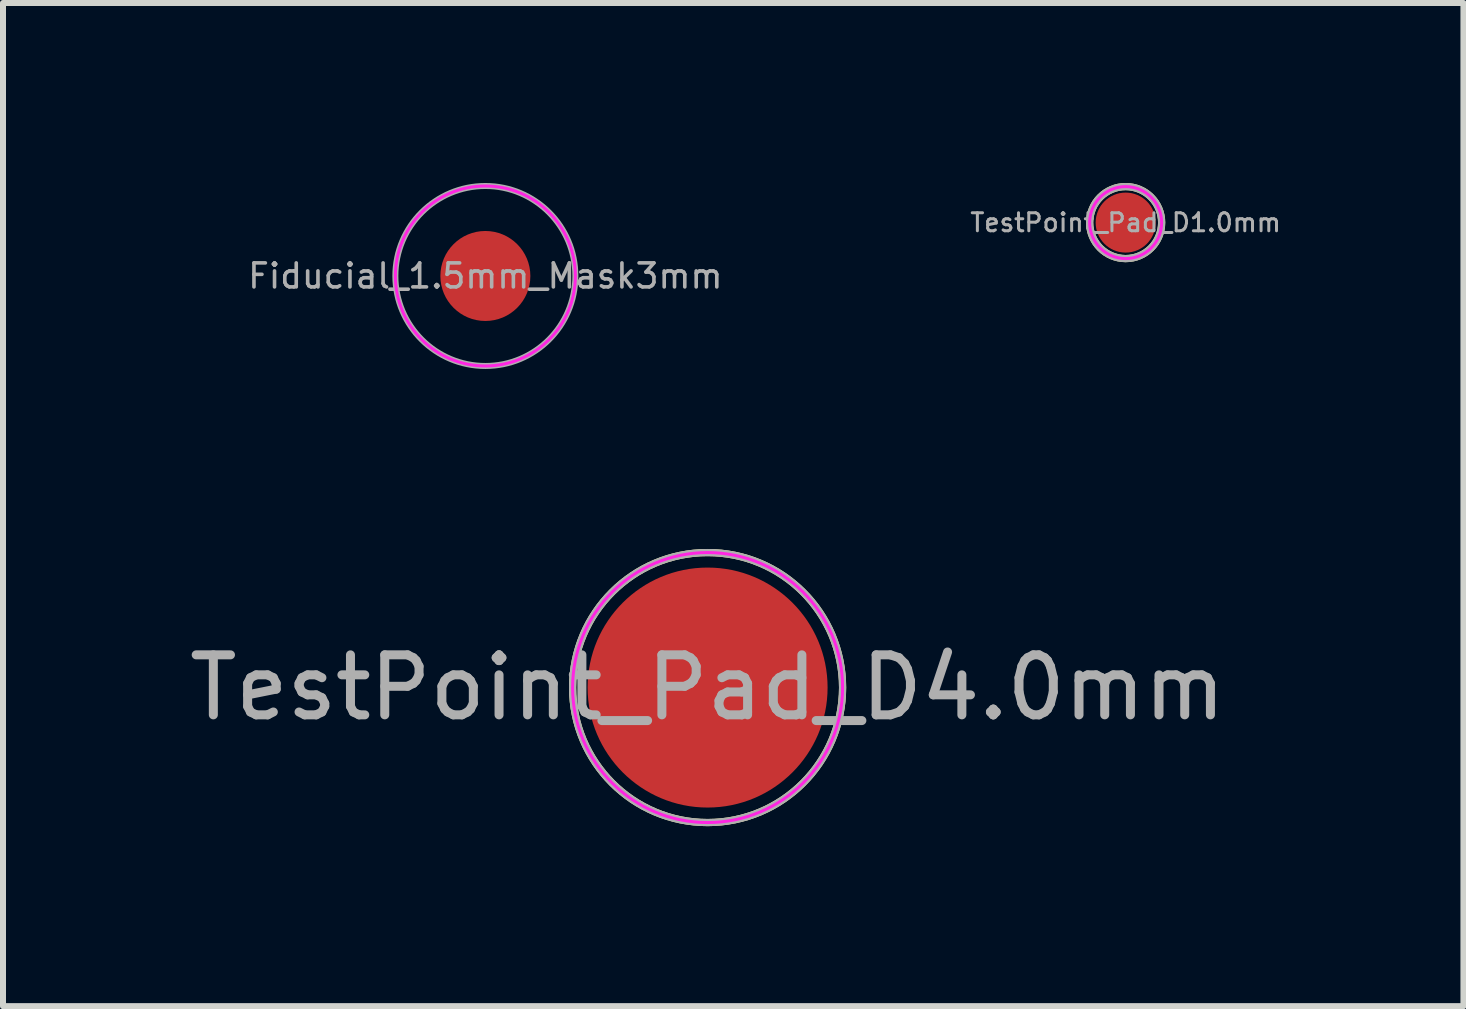
<source format=kicad_pcb>
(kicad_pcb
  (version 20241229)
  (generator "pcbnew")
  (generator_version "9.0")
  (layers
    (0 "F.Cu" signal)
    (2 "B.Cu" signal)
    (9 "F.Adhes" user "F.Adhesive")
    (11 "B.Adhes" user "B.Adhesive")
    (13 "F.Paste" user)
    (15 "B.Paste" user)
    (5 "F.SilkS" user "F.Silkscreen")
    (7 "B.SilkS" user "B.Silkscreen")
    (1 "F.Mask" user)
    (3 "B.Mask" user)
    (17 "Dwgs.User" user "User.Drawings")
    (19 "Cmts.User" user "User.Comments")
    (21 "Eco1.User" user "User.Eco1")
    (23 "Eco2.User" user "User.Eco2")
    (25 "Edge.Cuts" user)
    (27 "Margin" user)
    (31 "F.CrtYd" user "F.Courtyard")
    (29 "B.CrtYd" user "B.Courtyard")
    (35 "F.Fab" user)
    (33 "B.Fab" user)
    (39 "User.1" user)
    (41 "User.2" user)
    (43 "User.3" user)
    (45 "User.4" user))
  (footprint "TestPoint_Pad_D1.0mm"
    (layer "F.Cu")
    (at 15.712 0.66)
    (property "Reference" "TestPoint_Pad_D1.0mm" (at 0 0 0) (layer "Eco2.User") (effects (font (size 0.3 0.3) (thickness 0.05))))
    (attr exclude_from_pos_files exclude_from_bom)
    (fp_circle (center 0 0) (end 0 0.6) (stroke (width 0.12) (type solid)) (fill no) (layer "F.SilkS"))
    (fp_circle (center 0 0) (end 0.6 0) (stroke (width 0.05) (type solid)) (fill no) (layer "F.CrtYd"))
    (fp_circle (center 0 0) (end 0.6 0) (stroke (width 0.12) (type solid)) (fill no) (layer "F.Fab"))
    (fp_text user "${REFERENCE}" (at 0 0 0) (layer "F.Fab") (effects (font (size 0.3 0.3) (thickness 0.05))))
    (pad "1" smd circle (at 0 0) (size 1 1) (layers "F.Cu" "F.Mask")))
  (footprint "TestPoint_Pad_D4.0mm"
    (layer "F.Cu")
    (at 8.744 8.41)
    (property "Reference" "TestPoint_Pad_D4.0mm" (at 0 0 0) (layer "Eco2.User") (effects (font (size 1 1) (thickness 0.15))))
    (attr exclude_from_pos_files exclude_from_bom)
    (fp_circle (center 0 0) (end 0 2.25) (stroke (width 0.12) (type solid)) (fill no) (layer "F.SilkS"))
    (fp_circle (center 0 0) (end 2.25 0) (stroke (width 0.05) (type solid)) (fill no) (layer "F.CrtYd"))
    (fp_circle (center 0 0) (end 2.25 0) (stroke (width 0.12) (type solid)) (fill no) (layer "F.Fab"))
    (fp_text user "${REFERENCE}" (at 0 0 0) (layer "F.Fab") (effects (font (size 1 1) (thickness 0.15))))
    (pad "1" smd circle (at 0 0) (size 4 4) (layers "F.Cu" "F.Mask")))
  (footprint "Fiducial_1.5mm_Mask3mm"
    (layer "F.Cu")
    (at 5.04 1.55)
    (property "Reference" "Fiducial_1.5mm_Mask3mm" (at 0 0 0) (layer "Eco2.User") (effects (font (size 0.5 0.5) (thickness 0.1))))
    (attr smd)
    (fp_circle (center 0 0) (end 1.5 0) (stroke (width 0.05) (type solid)) (fill no) (layer "F.CrtYd"))
    (fp_circle (center 0 0) (end 1.5 0) (stroke (width 0.1) (type solid)) (fill no) (layer "F.Fab"))
    (fp_text user "${REFERENCE}" (at 0 0 0) (layer "F.Fab") (effects (font (size 0.4 0.4) (thickness 0.06))))
    (pad "" smd circle (at 0 0) (size 1.5 1.5) (layers "F.Cu" "F.Mask")))
  (gr_rect
    (start -3 -3)
    (end 21.342 13.72)
    (stroke (width 0.1) (type default))
    (fill no)
    (layer "Edge.Cuts")))
</source>
